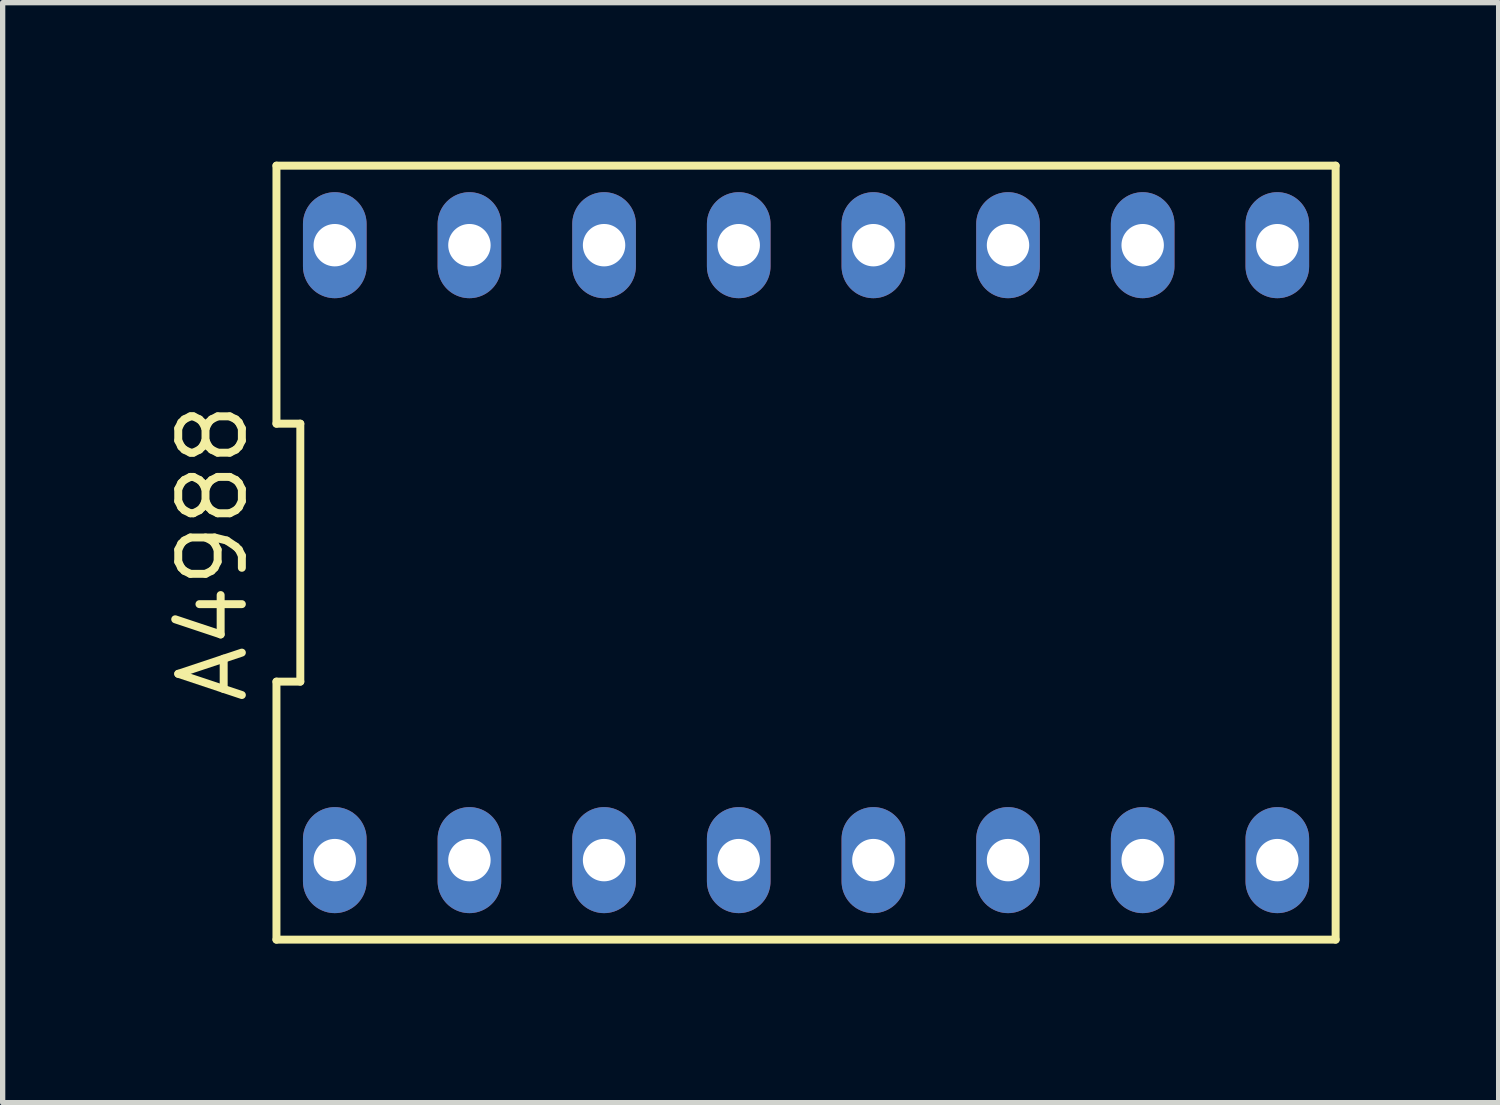
<source format=kicad_pcb>
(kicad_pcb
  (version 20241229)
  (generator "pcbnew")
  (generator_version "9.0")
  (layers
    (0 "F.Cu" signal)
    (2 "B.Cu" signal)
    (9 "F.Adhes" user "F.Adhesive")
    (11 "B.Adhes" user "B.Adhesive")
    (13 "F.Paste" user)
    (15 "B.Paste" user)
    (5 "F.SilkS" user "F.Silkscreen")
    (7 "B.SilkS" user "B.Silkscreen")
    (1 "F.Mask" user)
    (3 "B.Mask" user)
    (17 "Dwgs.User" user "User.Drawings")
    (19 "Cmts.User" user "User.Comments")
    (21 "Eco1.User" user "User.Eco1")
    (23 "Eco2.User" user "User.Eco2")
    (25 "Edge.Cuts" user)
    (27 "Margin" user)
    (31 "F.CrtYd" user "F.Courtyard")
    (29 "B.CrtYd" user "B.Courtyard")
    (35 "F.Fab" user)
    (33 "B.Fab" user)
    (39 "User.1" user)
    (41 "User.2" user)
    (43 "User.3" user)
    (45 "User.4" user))
  (footprint "A4988"
    (layer "F.Cu")
    (at 12.155 7.375)
    (property "Reference" "A4988" (at -11.19 0 90) (layer "F.SilkS") (effects (font (size 1.2 1.2) (thickness 0.15))))
    (attr through_hole)
    (fp_line (start -9.99 -7.3) (end -9.99 -2.433) (stroke (width 0.15) (type solid)) (layer "F.SilkS"))
    (fp_line (start -9.99 -2.433) (end -9.54 -2.433) (stroke (width 0.15) (type solid)) (layer "F.SilkS"))
    (fp_line (start -9.99 2.433) (end -9.99 7.3) (stroke (width 0.15) (type solid)) (layer "F.SilkS"))
    (fp_line (start -9.99 7.3) (end 9.99 7.3) (stroke (width 0.15) (type solid)) (layer "F.SilkS"))
    (fp_line (start -9.54 -2.433) (end -9.54 2.433) (stroke (width 0.15) (type solid)) (layer "F.SilkS"))
    (fp_line (start -9.54 2.433) (end -9.99 2.433) (stroke (width 0.15) (type solid)) (layer "F.SilkS"))
    (fp_line (start 9.99 -7.3) (end -9.99 -7.3) (stroke (width 0.15) (type solid)) (layer "F.SilkS"))
    (fp_line (start 9.99 7.3) (end 9.99 -7.3) (stroke (width 0.15) (type solid)) (layer "F.SilkS"))
    (pad "1" thru_hole oval (at -8.89 5.8) (size 1.2 2) (drill 0.8) (layers "*.Cu" "*.Mask"))
    (pad "2" thru_hole oval (at -6.35 5.8) (size 1.2 2) (drill 0.8) (layers "*.Cu" "*.Mask"))
    (pad "3" thru_hole oval (at -3.81 5.8) (size 1.2 2) (drill 0.8) (layers "*.Cu" "*.Mask"))
    (pad "4" thru_hole oval (at -1.27 5.8) (size 1.2 2) (drill 0.8) (layers "*.Cu" "*.Mask"))
    (pad "5" thru_hole oval (at 1.27 5.8) (size 1.2 2) (drill 0.8) (layers "*.Cu" "*.Mask"))
    (pad "6" thru_hole oval (at 3.81 5.8) (size 1.2 2) (drill 0.8) (layers "*.Cu" "*.Mask"))
    (pad "7" thru_hole oval (at 6.35 5.8) (size 1.2 2) (drill 0.8) (layers "*.Cu" "*.Mask"))
    (pad "8" thru_hole oval (at 8.89 5.8) (size 1.2 2) (drill 0.8) (layers "*.Cu" "*.Mask"))
    (pad "9" thru_hole oval (at 8.89 -5.8) (size 1.2 2) (drill 0.8) (layers "*.Cu" "*.Mask"))
    (pad "10" thru_hole oval (at 6.35 -5.8) (size 1.2 2) (drill 0.8) (layers "*.Cu" "*.Mask"))
    (pad "11" thru_hole oval (at 3.81 -5.8) (size 1.2 2) (drill 0.8) (layers "*.Cu" "*.Mask"))
    (pad "12" thru_hole oval (at 1.27 -5.8) (size 1.2 2) (drill 0.8) (layers "*.Cu" "*.Mask"))
    (pad "13" thru_hole oval (at -1.27 -5.8) (size 1.2 2) (drill 0.8) (layers "*.Cu" "*.Mask"))
    (pad "14" thru_hole oval (at -3.81 -5.8) (size 1.2 2) (drill 0.8) (layers "*.Cu" "*.Mask"))
    (pad "15" thru_hole oval (at -6.35 -5.8) (size 1.2 2) (drill 0.8) (layers "*.Cu" "*.Mask"))
    (pad "16" thru_hole oval (at -8.89 -5.8) (size 1.2 2) (drill 0.8) (layers "*.Cu" "*.Mask")))
  (gr_rect
    (start -3 -3)
    (end 25.22 17.75)
    (stroke (width 0.1) (type default))
    (fill no)
    (layer "Edge.Cuts")))
</source>
